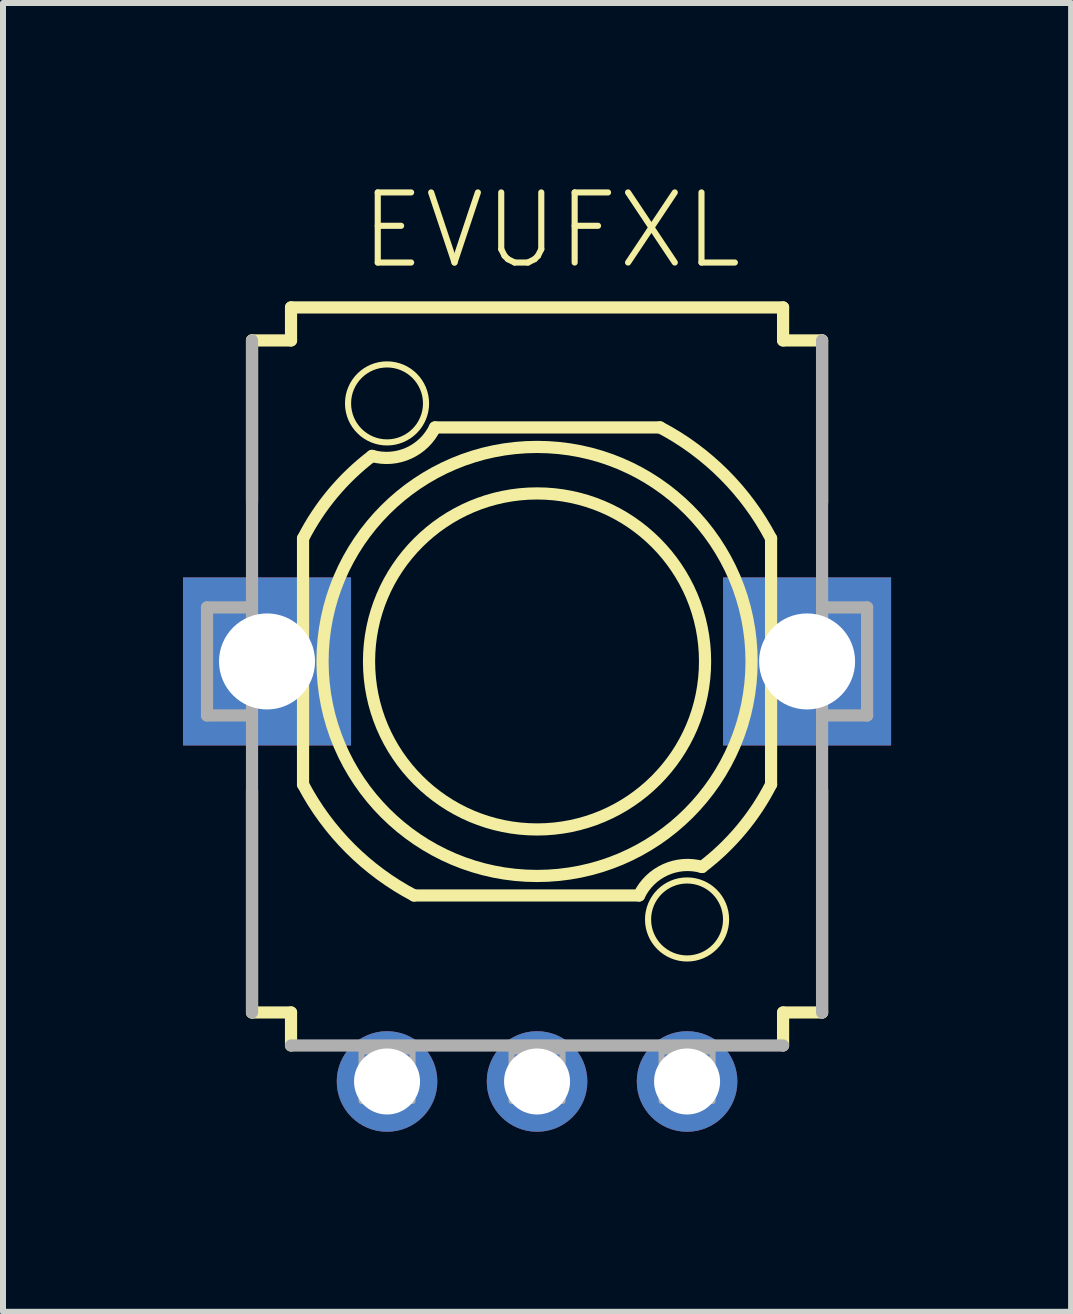
<source format=kicad_pcb>
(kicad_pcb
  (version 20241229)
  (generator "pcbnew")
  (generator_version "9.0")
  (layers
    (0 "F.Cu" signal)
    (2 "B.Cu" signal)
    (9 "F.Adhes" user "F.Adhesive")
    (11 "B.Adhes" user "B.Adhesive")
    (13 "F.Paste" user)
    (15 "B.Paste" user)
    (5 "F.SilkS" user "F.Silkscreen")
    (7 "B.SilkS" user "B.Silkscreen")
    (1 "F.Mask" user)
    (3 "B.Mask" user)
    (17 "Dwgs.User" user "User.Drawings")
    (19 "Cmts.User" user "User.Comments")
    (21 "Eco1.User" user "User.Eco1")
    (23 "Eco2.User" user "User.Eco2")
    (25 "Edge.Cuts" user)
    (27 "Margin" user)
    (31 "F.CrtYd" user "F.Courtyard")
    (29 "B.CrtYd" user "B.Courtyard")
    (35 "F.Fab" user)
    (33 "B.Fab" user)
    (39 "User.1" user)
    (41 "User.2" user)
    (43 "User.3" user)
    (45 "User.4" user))
  (footprint "EVUFXL"
    (layer "F.Cu")
    (at 5.9 7.973)
    (property "Reference" "EVUFXL" (at -3 -6.5 0) (layer "F.SilkS") (effects (font (size 1.168 1.168) (thickness 0.102)) (justify left bottom)))
    (fp_line (start -4.75 -2.65) (end -4.75 -5.35) (stroke (width 0.203) (type solid)) (layer "F.SilkS"))
    (fp_line (start -4.75 5.85) (end -4.75 2.15) (stroke (width 0.203) (type solid)) (layer "F.SilkS"))
    (fp_line (start -4.75 5.85) (end -4.1 5.85) (stroke (width 0.203) (type solid)) (layer "F.SilkS"))
    (fp_line (start -4.1 -5.9) (end -4.1 -5.35) (stroke (width 0.203) (type solid)) (layer "F.SilkS"))
    (fp_line (start -4.1 -5.9) (end 4.1 -5.9) (stroke (width 0.203) (type solid)) (layer "F.SilkS"))
    (fp_line (start -4.1 -5.35) (end -4.75 -5.35) (stroke (width 0.203) (type solid)) (layer "F.SilkS"))
    (fp_line (start -4.1 5.85) (end -4.1 6.4) (stroke (width 0.203) (type solid)) (layer "F.SilkS"))
    (fp_line (start -3.9 -2.05) (end -3.9 2.05) (stroke (width 0.203) (type solid)) (layer "F.SilkS"))
    (fp_line (start -1.7 -3.9) (end 2.05 -3.9) (stroke (width 0.203) (type solid)) (layer "F.SilkS"))
    (fp_line (start 1.7 3.9) (end -2.05 3.9) (stroke (width 0.203) (type solid)) (layer "F.SilkS"))
    (fp_line (start 3.9 2.05) (end 3.9 -2.05) (stroke (width 0.203) (type solid)) (layer "F.SilkS"))
    (fp_line (start 4.1 -5.35) (end 4.1 -5.9) (stroke (width 0.203) (type solid)) (layer "F.SilkS"))
    (fp_line (start 4.1 5.85) (end 4.75 5.85) (stroke (width 0.203) (type solid)) (layer "F.SilkS"))
    (fp_line (start 4.1 6.4) (end 4.1 5.85) (stroke (width 0.203) (type solid)) (layer "F.SilkS"))
    (fp_line (start 4.75 -5.35) (end 4.1 -5.35) (stroke (width 0.203) (type solid)) (layer "F.SilkS"))
    (fp_line (start 4.75 -5.35) (end 4.75 -2.65) (stroke (width 0.203) (type solid)) (layer "F.SilkS"))
    (fp_line (start 4.75 2.15) (end 4.75 5.85) (stroke (width 0.203) (type solid)) (layer "F.SilkS"))
    (fp_arc (start -3.9 -2.05) (mid -3.402413 -2.802246) (end -2.75 -3.425) (stroke (width 0.2032) (type solid)) (layer "F.SilkS"))
    (fp_arc (start -2.05 3.9) (mid -3.115486 3.115486) (end -3.9 2.05) (stroke (width 0.2032) (type solid)) (layer "F.SilkS"))
    (fp_arc (start -1.700001 -3.899999) (mid -2.138487 -3.471258) (end -2.75 -3.425) (stroke (width 0.2032) (type solid)) (layer "F.SilkS"))
    (fp_arc (start 1.700001 3.899999) (mid 2.138487 3.471258) (end 2.75 3.425) (stroke (width 0.2032) (type solid)) (layer "F.SilkS"))
    (fp_arc (start 2.05 -3.9) (mid 3.115486 -3.115486) (end 3.9 -2.05) (stroke (width 0.2032) (type solid)) (layer "F.SilkS"))
    (fp_arc (start 3.9 2.05) (mid 3.402413 2.802246) (end 2.75 3.425) (stroke (width 0.2032) (type solid)) (layer "F.SilkS"))
    (fp_circle (center -2.5 -4.3) (end -1.85 -4.3) (stroke (width 0.102) (type solid)) (fill no) (layer "F.SilkS"))
    (fp_circle (center 0 0) (end 2.8 0) (stroke (width 0.203) (type solid)) (fill no) (layer "F.SilkS"))
    (fp_circle (center 0 0) (end 3.575 0) (stroke (width 0.203) (type solid)) (fill no) (layer "F.SilkS"))
    (fp_circle (center 2.5 4.3) (end 3.15 4.3) (stroke (width 0.102) (type solid)) (fill no) (layer "F.SilkS"))
    (fp_line (start -5.5 -0.9) (end -5.5 0.9) (stroke (width 0.203) (type solid)) (layer "F.Fab"))
    (fp_line (start -5.5 0.9) (end -4.85 0.9) (stroke (width 0.203) (type solid)) (layer "F.Fab"))
    (fp_line (start -4.85 -0.9) (end -5.5 -0.9) (stroke (width 0.203) (type solid)) (layer "F.Fab"))
    (fp_line (start -4.75 5.85) (end -4.75 -5.35) (stroke (width 0.203) (type solid)) (layer "F.Fab"))
    (fp_line (start 4.1 6.4) (end -4.1 6.4) (stroke (width 0.203) (type solid)) (layer "F.Fab"))
    (fp_line (start 4.75 -5.35) (end 4.75 5.85) (stroke (width 0.203) (type solid)) (layer "F.Fab"))
    (fp_line (start 4.85 0.9) (end 5.5 0.9) (stroke (width 0.203) (type solid)) (layer "F.Fab"))
    (fp_line (start 5.5 -0.9) (end 4.85 -0.9) (stroke (width 0.203) (type solid)) (layer "F.Fab"))
    (fp_line (start 5.5 0.9) (end 5.5 -0.9) (stroke (width 0.203) (type solid)) (layer "F.Fab"))
    (fp_poly (pts (xy -2.925 7.325) (xy -2.075 7.325) (xy -2.075 6.5) (xy -2.925 6.5)) (stroke (width 0.1) (type default)) (fill no) (layer "F.Fab"))
    (fp_poly (pts (xy -0.425 7.325) (xy 0.425 7.325) (xy 0.425 6.5) (xy -0.425 6.5)) (stroke (width 0.1) (type default)) (fill no) (layer "F.Fab"))
    (fp_poly (pts (xy 2.075 7.325) (xy 2.925 7.325) (xy 2.925 6.5) (xy 2.075 6.5)) (stroke (width 0.1) (type default)) (fill no) (layer "F.Fab"))
    (pad "1" thru_hole circle (at -2.5 7 270) (size 1.676 1.676) (drill 1.1) (layers "*.Cu" "*.Mask"))
    (pad "2" thru_hole circle (at 0 7 270) (size 1.676 1.676) (drill 1.1) (layers "*.Cu" "*.Mask"))
    (pad "3" thru_hole circle (at 2.5 7 270) (size 1.676 1.676) (drill 1.1) (layers "*.Cu" "*.Mask"))
    (pad "M1" thru_hole rect (at 4.5 0 270) (size 2.8 2.8) (drill 1.6) (layers "*.Cu" "*.Mask"))
    (pad "M2" thru_hole rect (at -4.5 0 270) (size 2.8 2.8) (drill 1.6) (layers "*.Cu" "*.Mask")))
  (gr_rect
    (start -3 -3)
    (end 14.8 18.811)
    (stroke (width 0.1) (type default))
    (fill no)
    (layer "Edge.Cuts")))
</source>
